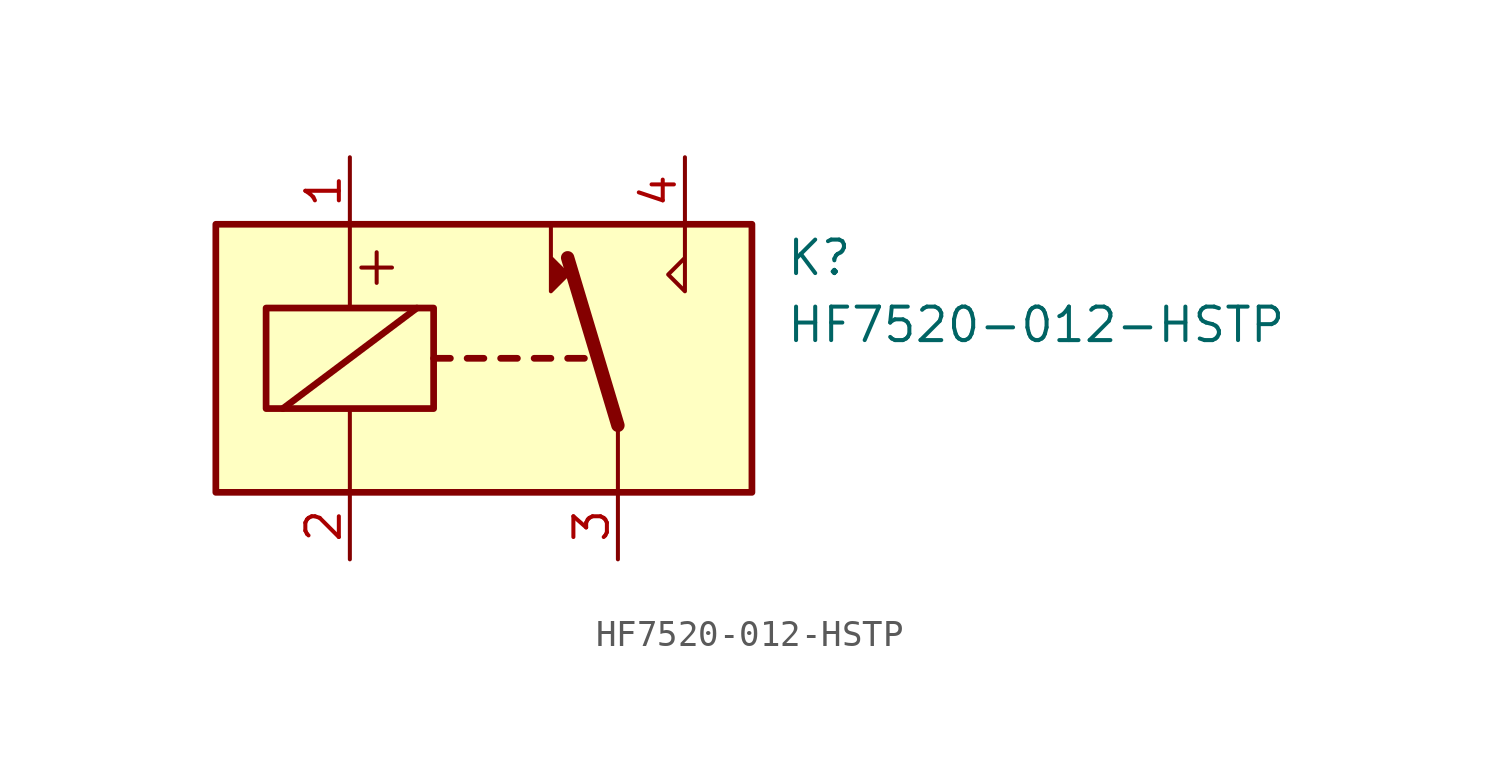
<source format=kicad_sym>
(kicad_symbol_lib
  (version 20211014)
  (generator kicad_symbol_editor)
  (symbol "HF7520-012-HSTP"
    (property "Reference" "K"
      (at 11.43 3.81 0)
      (effects (font (size 1.27 1.27)) (justify left)))
    (property "Value" "HF7520-012-HSTP"
      (at 11.43 1.27 0)
      (effects (font (size 1.27 1.27)) (justify left)))
    (symbol "HF7520-012-HSTP_0_0"
      (polyline (pts (xy 7.62 5.08) (xy 7.62 2.54) (xy 6.985 3.175) (xy 7.62 3.81)) (stroke (width 0) (type default) (color 0 0 0 0)) (fill (type none)))
      (text "+" (at -4.064 3.556 0) (effects (font (size 1.524 1.524)))))
    (symbol "HF7520-012-HSTP_0_1"
      (rectangle (start -10.16 5.08) (end 10.16 -5.08) (stroke (width 0.254) (type default) (color 0 0 0 0)) (fill (type background)))
      (rectangle (start -8.255 1.905) (end -1.905 -1.905) (stroke (width 0.254) (type default) (color 0 0 0 0)) (fill (type none)))
      (polyline (pts (xy -7.62 -1.905) (xy -2.54 1.905)) (stroke (width 0.254) (type default) (color 0 0 0 0)) (fill (type none)))
      (polyline (pts (xy -5.08 -5.08) (xy -5.08 -1.905)) (stroke (width 0) (type default) (color 0 0 0 0)) (fill (type none)))
      (polyline (pts (xy -5.08 5.08) (xy -5.08 1.905)) (stroke (width 0) (type default) (color 0 0 0 0)) (fill (type none)))
      (polyline (pts (xy -1.905 0) (xy -1.27 0)) (stroke (width 0.254) (type default) (color 0 0 0 0)) (fill (type none)))
      (polyline (pts (xy -0.635 0) (xy 0 0)) (stroke (width 0.254) (type default) (color 0 0 0 0)) (fill (type none)))
      (polyline (pts (xy 0.635 0) (xy 1.27 0)) (stroke (width 0.254) (type default) (color 0 0 0 0)) (fill (type none)))
      (polyline (pts (xy 1.905 0) (xy 2.54 0)) (stroke (width 0.254) (type default) (color 0 0 0 0)) (fill (type none)))
      (polyline (pts (xy 3.175 0) (xy 3.81 0)) (stroke (width 0.254) (type default) (color 0 0 0 0)) (fill (type none)))
      (polyline (pts (xy 5.08 -2.54) (xy 3.175 3.81)) (stroke (width 0.508) (type default) (color 0 0 0 0)) (fill (type none)))
      (polyline (pts (xy 5.08 -2.54) (xy 5.08 -5.08)) (stroke (width 0) (type default) (color 0 0 0 0)) (fill (type none)))
      (polyline (pts (xy 2.54 5.08) (xy 2.54 2.54) (xy 3.175 3.175) (xy 2.54 3.81)) (stroke (width 0) (type default) (color 0 0 0 0)) (fill (type outline))))
    (symbol "HF7520-012-HSTP_1_1"
      (pin passive line (at -5.08 7.62 270) (length 2.54) (name "~" (effects (font (size 1.27 1.27)))) (number "1" (effects (font (size 1.27 1.27)))))
      (pin passive line (at -5.08 -7.62 90) (length 2.54) (name "~" (effects (font (size 1.27 1.27)))) (number "2" (effects (font (size 1.27 1.27)))))
      (pin passive line (at 5.08 -7.62 90) (length 2.54) (name "~" (effects (font (size 1.27 1.27)))) (number "3" (effects (font (size 1.27 1.27)))))
      (pin passive line (at 7.62 7.62 270) (length 2.54) (name "~" (effects (font (size 1.27 1.27)))) (number "4" (effects (font (size 1.27 1.27))))))))
</source>
